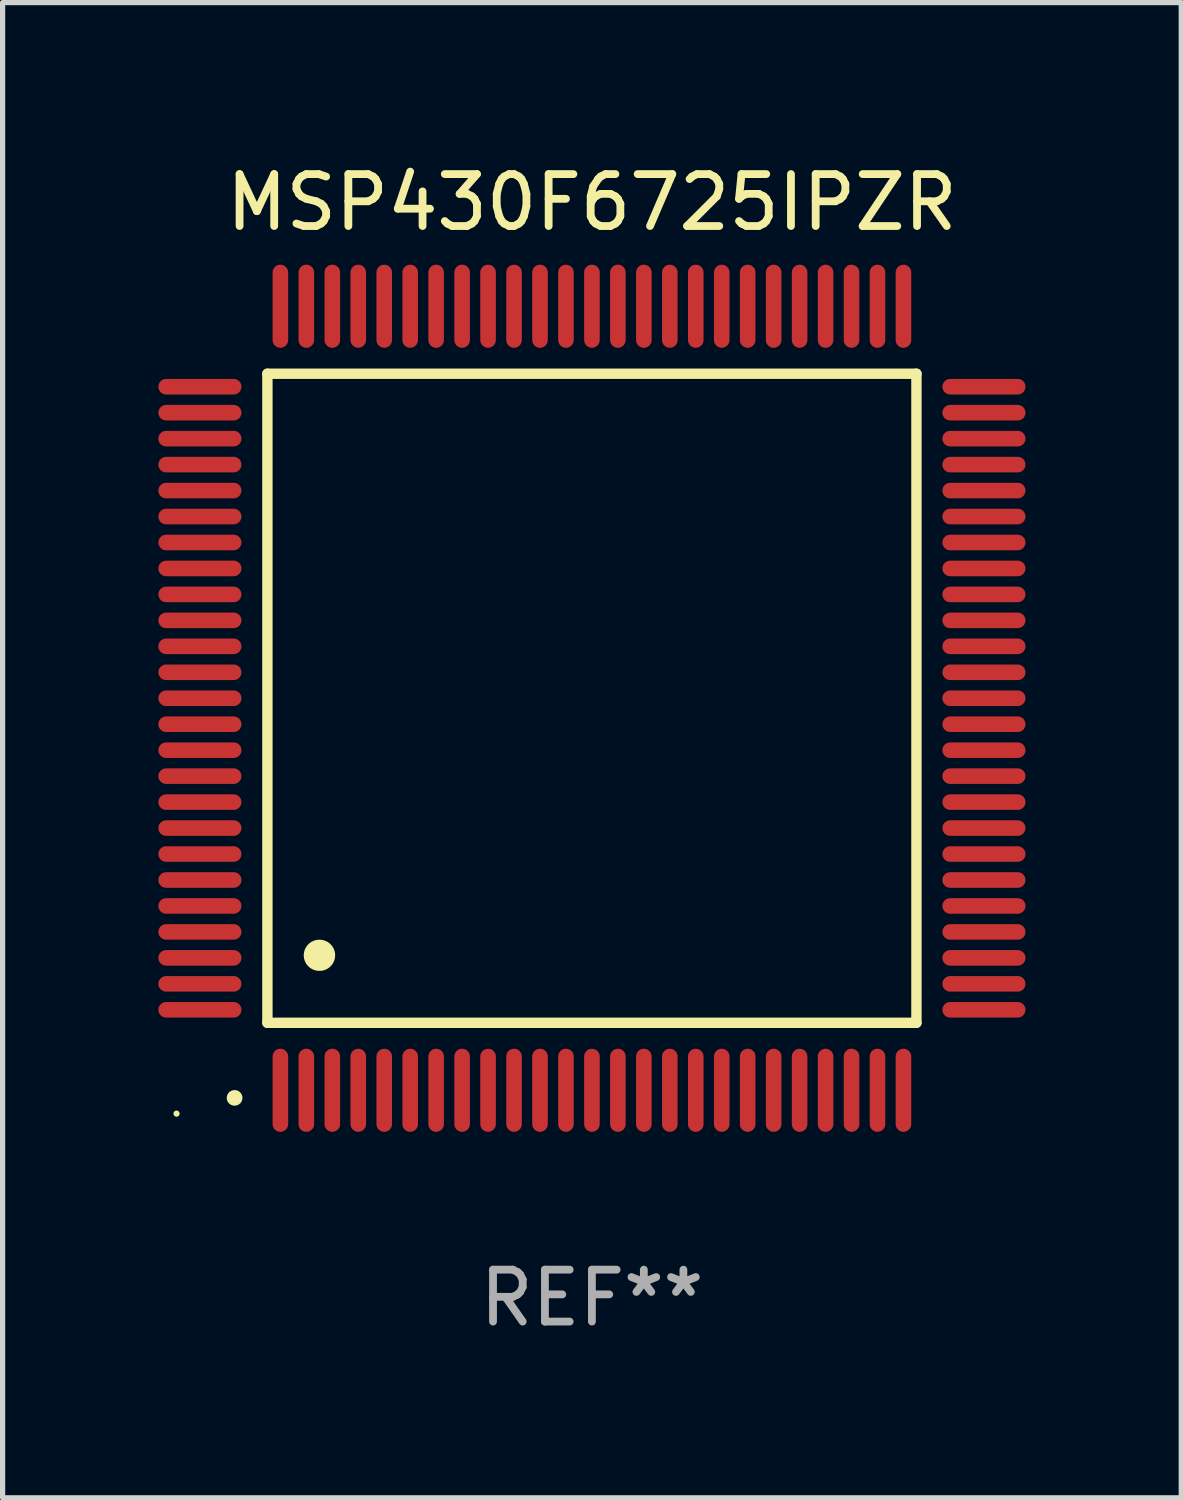
<source format=kicad_pcb>
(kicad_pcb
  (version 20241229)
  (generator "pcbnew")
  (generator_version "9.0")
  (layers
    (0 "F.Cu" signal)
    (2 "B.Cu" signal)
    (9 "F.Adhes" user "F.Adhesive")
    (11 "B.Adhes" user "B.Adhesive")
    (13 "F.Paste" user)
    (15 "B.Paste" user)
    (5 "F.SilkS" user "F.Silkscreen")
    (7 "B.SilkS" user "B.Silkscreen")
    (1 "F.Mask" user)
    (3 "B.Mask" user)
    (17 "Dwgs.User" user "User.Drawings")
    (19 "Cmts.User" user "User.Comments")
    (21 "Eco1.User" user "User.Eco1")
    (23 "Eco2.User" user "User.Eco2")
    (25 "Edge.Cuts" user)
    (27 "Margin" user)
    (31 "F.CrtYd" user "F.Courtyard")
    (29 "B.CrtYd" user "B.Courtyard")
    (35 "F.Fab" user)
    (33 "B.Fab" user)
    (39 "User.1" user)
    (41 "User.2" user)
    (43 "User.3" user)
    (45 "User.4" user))
  (footprint "MSP430F6725IPZR"
    (layer "F.Cu")
    (at 8.35 10.398)
    (property "Reference" "MSP430F6725IPZR" (at 0 -9.55 0) (layer "F.SilkS") (effects (font (size 1 1) (thickness 0.15))))
    (attr through_hole)
    (fp_line (start -6.25 -6.25) (end -6.25 6.25) (stroke (width 0.2) (type solid)) (layer "F.SilkS"))
    (fp_line (start -6.25 6.25) (end 6.25 6.25) (stroke (width 0.2) (type solid)) (layer "F.SilkS"))
    (fp_line (start 6.25 -6.25) (end -6.25 -6.25) (stroke (width 0.2) (type solid)) (layer "F.SilkS"))
    (fp_line (start 6.25 6.25) (end 6.25 -6.25) (stroke (width 0.2) (type solid)) (layer "F.SilkS"))
    (fp_arc (start -6.883414 7.696215) (mid -6.882144 7.69621) (end -6.880874 7.696215) (stroke (width 0.3) (type solid)) (layer "F.SilkS"))
    (fp_arc (start -5.250191 4.95047) (mid -5.247651 4.950459) (end -5.245111 4.95047) (stroke (width 0.6) (type solid)) (layer "F.SilkS"))
    (fp_circle (center -8 8) (end -7.97 8) (stroke (width 0.06) (type solid)) (fill no) (layer "F.SilkS"))
    (fp_text user "REF**" (at 0 11.55 0) (layer "F.Fab") (effects (font (size 1 1) (thickness 0.15))))
    (pad "1" smd oval (at -6 7.55) (size 0.3 1.6) (layers "F.Cu" "F.Mask" "F.Paste"))
    (pad "2" smd oval (at -5.5 7.55) (size 0.3 1.6) (layers "F.Cu" "F.Mask" "F.Paste"))
    (pad "3" smd oval (at -5 7.55) (size 0.3 1.6) (layers "F.Cu" "F.Mask" "F.Paste"))
    (pad "4" smd oval (at -4.5 7.55) (size 0.3 1.6) (layers "F.Cu" "F.Mask" "F.Paste"))
    (pad "5" smd oval (at -4 7.55) (size 0.3 1.6) (layers "F.Cu" "F.Mask" "F.Paste"))
    (pad "6" smd oval (at -3.5 7.55) (size 0.3 1.6) (layers "F.Cu" "F.Mask" "F.Paste"))
    (pad "7" smd oval (at -3 7.55) (size 0.3 1.6) (layers "F.Cu" "F.Mask" "F.Paste"))
    (pad "8" smd oval (at -2.5 7.55) (size 0.3 1.6) (layers "F.Cu" "F.Mask" "F.Paste"))
    (pad "9" smd oval (at -2 7.55) (size 0.3 1.6) (layers "F.Cu" "F.Mask" "F.Paste"))
    (pad "10" smd oval (at -1.5 7.55) (size 0.3 1.6) (layers "F.Cu" "F.Mask" "F.Paste"))
    (pad "11" smd oval (at -1 7.55) (size 0.3 1.6) (layers "F.Cu" "F.Mask" "F.Paste"))
    (pad "12" smd oval (at -0.5 7.55) (size 0.3 1.6) (layers "F.Cu" "F.Mask" "F.Paste"))
    (pad "13" smd oval (at 0 7.55) (size 0.3 1.6) (layers "F.Cu" "F.Mask" "F.Paste"))
    (pad "14" smd oval (at 0.5 7.55) (size 0.3 1.6) (layers "F.Cu" "F.Mask" "F.Paste"))
    (pad "15" smd oval (at 1 7.55) (size 0.3 1.6) (layers "F.Cu" "F.Mask" "F.Paste"))
    (pad "16" smd oval (at 1.5 7.55) (size 0.3 1.6) (layers "F.Cu" "F.Mask" "F.Paste"))
    (pad "17" smd oval (at 2 7.55) (size 0.3 1.6) (layers "F.Cu" "F.Mask" "F.Paste"))
    (pad "18" smd oval (at 2.5 7.55) (size 0.3 1.6) (layers "F.Cu" "F.Mask" "F.Paste"))
    (pad "19" smd oval (at 3 7.55) (size 0.3 1.6) (layers "F.Cu" "F.Mask" "F.Paste"))
    (pad "20" smd oval (at 3.5 7.55) (size 0.3 1.6) (layers "F.Cu" "F.Mask" "F.Paste"))
    (pad "21" smd oval (at 4 7.55) (size 0.3 1.6) (layers "F.Cu" "F.Mask" "F.Paste"))
    (pad "22" smd oval (at 4.5 7.55) (size 0.3 1.6) (layers "F.Cu" "F.Mask" "F.Paste"))
    (pad "23" smd oval (at 5 7.55) (size 0.3 1.6) (layers "F.Cu" "F.Mask" "F.Paste"))
    (pad "24" smd oval (at 5.5 7.55) (size 0.3 1.6) (layers "F.Cu" "F.Mask" "F.Paste"))
    (pad "25" smd oval (at 6 7.55) (size 0.3 1.6) (layers "F.Cu" "F.Mask" "F.Paste"))
    (pad "26" smd oval (at 7.55 6) (size 1.6 0.3) (layers "F.Cu" "F.Mask" "F.Paste"))
    (pad "27" smd oval (at 7.55 5.5) (size 1.6 0.3) (layers "F.Cu" "F.Mask" "F.Paste"))
    (pad "28" smd oval (at 7.55 5) (size 1.6 0.3) (layers "F.Cu" "F.Mask" "F.Paste"))
    (pad "29" smd oval (at 7.55 4.5) (size 1.6 0.3) (layers "F.Cu" "F.Mask" "F.Paste"))
    (pad "30" smd oval (at 7.55 4) (size 1.6 0.3) (layers "F.Cu" "F.Mask" "F.Paste"))
    (pad "31" smd oval (at 7.55 3.5) (size 1.6 0.3) (layers "F.Cu" "F.Mask" "F.Paste"))
    (pad "32" smd oval (at 7.55 3) (size 1.6 0.3) (layers "F.Cu" "F.Mask" "F.Paste"))
    (pad "33" smd oval (at 7.55 2.5) (size 1.6 0.3) (layers "F.Cu" "F.Mask" "F.Paste"))
    (pad "34" smd oval (at 7.55 2) (size 1.6 0.3) (layers "F.Cu" "F.Mask" "F.Paste"))
    (pad "35" smd oval (at 7.55 1.5) (size 1.6 0.3) (layers "F.Cu" "F.Mask" "F.Paste"))
    (pad "36" smd oval (at 7.55 1) (size 1.6 0.3) (layers "F.Cu" "F.Mask" "F.Paste"))
    (pad "37" smd oval (at 7.55 0.5) (size 1.6 0.3) (layers "F.Cu" "F.Mask" "F.Paste"))
    (pad "38" smd oval (at 7.55 0) (size 1.6 0.3) (layers "F.Cu" "F.Mask" "F.Paste"))
    (pad "39" smd oval (at 7.55 -0.5) (size 1.6 0.3) (layers "F.Cu" "F.Mask" "F.Paste"))
    (pad "40" smd oval (at 7.55 -1) (size 1.6 0.3) (layers "F.Cu" "F.Mask" "F.Paste"))
    (pad "41" smd oval (at 7.55 -1.5) (size 1.6 0.3) (layers "F.Cu" "F.Mask" "F.Paste"))
    (pad "42" smd oval (at 7.55 -2) (size 1.6 0.3) (layers "F.Cu" "F.Mask" "F.Paste"))
    (pad "43" smd oval (at 7.55 -2.5) (size 1.6 0.3) (layers "F.Cu" "F.Mask" "F.Paste"))
    (pad "44" smd oval (at 7.55 -3) (size 1.6 0.3) (layers "F.Cu" "F.Mask" "F.Paste"))
    (pad "45" smd oval (at 7.55 -3.5) (size 1.6 0.3) (layers "F.Cu" "F.Mask" "F.Paste"))
    (pad "46" smd oval (at 7.55 -4) (size 1.6 0.3) (layers "F.Cu" "F.Mask" "F.Paste"))
    (pad "47" smd oval (at 7.55 -4.5) (size 1.6 0.3) (layers "F.Cu" "F.Mask" "F.Paste"))
    (pad "48" smd oval (at 7.55 -5) (size 1.6 0.3) (layers "F.Cu" "F.Mask" "F.Paste"))
    (pad "49" smd oval (at 7.55 -5.5) (size 1.6 0.3) (layers "F.Cu" "F.Mask" "F.Paste"))
    (pad "50" smd oval (at 7.55 -6) (size 1.6 0.3) (layers "F.Cu" "F.Mask" "F.Paste"))
    (pad "51" smd oval (at 6 -7.55) (size 0.3 1.6) (layers "F.Cu" "F.Mask" "F.Paste"))
    (pad "52" smd oval (at 5.5 -7.55) (size 0.3 1.6) (layers "F.Cu" "F.Mask" "F.Paste"))
    (pad "53" smd oval (at 5 -7.55) (size 0.3 1.6) (layers "F.Cu" "F.Mask" "F.Paste"))
    (pad "54" smd oval (at 4.5 -7.55) (size 0.3 1.6) (layers "F.Cu" "F.Mask" "F.Paste"))
    (pad "55" smd oval (at 4 -7.55) (size 0.3 1.6) (layers "F.Cu" "F.Mask" "F.Paste"))
    (pad "56" smd oval (at 3.5 -7.55) (size 0.3 1.6) (layers "F.Cu" "F.Mask" "F.Paste"))
    (pad "57" smd oval (at 3 -7.55) (size 0.3 1.6) (layers "F.Cu" "F.Mask" "F.Paste"))
    (pad "58" smd oval (at 2.5 -7.55) (size 0.3 1.6) (layers "F.Cu" "F.Mask" "F.Paste"))
    (pad "59" smd oval (at 2 -7.55) (size 0.3 1.6) (layers "F.Cu" "F.Mask" "F.Paste"))
    (pad "60" smd oval (at 1.5 -7.55) (size 0.3 1.6) (layers "F.Cu" "F.Mask" "F.Paste"))
    (pad "61" smd oval (at 1 -7.55) (size 0.3 1.6) (layers "F.Cu" "F.Mask" "F.Paste"))
    (pad "62" smd oval (at 0.5 -7.55) (size 0.3 1.6) (layers "F.Cu" "F.Mask" "F.Paste"))
    (pad "63" smd oval (at 0 -7.55) (size 0.3 1.6) (layers "F.Cu" "F.Mask" "F.Paste"))
    (pad "64" smd oval (at -0.5 -7.55) (size 0.3 1.6) (layers "F.Cu" "F.Mask" "F.Paste"))
    (pad "65" smd oval (at -1 -7.55) (size 0.3 1.6) (layers "F.Cu" "F.Mask" "F.Paste"))
    (pad "66" smd oval (at -1.5 -7.55) (size 0.3 1.6) (layers "F.Cu" "F.Mask" "F.Paste"))
    (pad "67" smd oval (at -2 -7.55) (size 0.3 1.6) (layers "F.Cu" "F.Mask" "F.Paste"))
    (pad "68" smd oval (at -2.5 -7.55) (size 0.3 1.6) (layers "F.Cu" "F.Mask" "F.Paste"))
    (pad "69" smd oval (at -3 -7.55) (size 0.3 1.6) (layers "F.Cu" "F.Mask" "F.Paste"))
    (pad "70" smd oval (at -3.5 -7.55) (size 0.3 1.6) (layers "F.Cu" "F.Mask" "F.Paste"))
    (pad "71" smd oval (at -4 -7.55) (size 0.3 1.6) (layers "F.Cu" "F.Mask" "F.Paste"))
    (pad "72" smd oval (at -4.5 -7.55) (size 0.3 1.6) (layers "F.Cu" "F.Mask" "F.Paste"))
    (pad "73" smd oval (at -5 -7.55) (size 0.3 1.6) (layers "F.Cu" "F.Mask" "F.Paste"))
    (pad "74" smd oval (at -5.5 -7.55) (size 0.3 1.6) (layers "F.Cu" "F.Mask" "F.Paste"))
    (pad "75" smd oval (at -6 -7.55) (size 0.3 1.6) (layers "F.Cu" "F.Mask" "F.Paste"))
    (pad "76" smd oval (at -7.55 -6) (size 1.6 0.3) (layers "F.Cu" "F.Mask" "F.Paste"))
    (pad "77" smd oval (at -7.55 -5.5) (size 1.6 0.3) (layers "F.Cu" "F.Mask" "F.Paste"))
    (pad "78" smd oval (at -7.55 -5) (size 1.6 0.3) (layers "F.Cu" "F.Mask" "F.Paste"))
    (pad "79" smd oval (at -7.55 -4.5) (size 1.6 0.3) (layers "F.Cu" "F.Mask" "F.Paste"))
    (pad "80" smd oval (at -7.55 -4) (size 1.6 0.3) (layers "F.Cu" "F.Mask" "F.Paste"))
    (pad "81" smd oval (at -7.55 -3.5) (size 1.6 0.3) (layers "F.Cu" "F.Mask" "F.Paste"))
    (pad "82" smd oval (at -7.55 -3) (size 1.6 0.3) (layers "F.Cu" "F.Mask" "F.Paste"))
    (pad "83" smd oval (at -7.55 -2.5) (size 1.6 0.3) (layers "F.Cu" "F.Mask" "F.Paste"))
    (pad "84" smd oval (at -7.55 -2) (size 1.6 0.3) (layers "F.Cu" "F.Mask" "F.Paste"))
    (pad "85" smd oval (at -7.55 -1.5) (size 1.6 0.3) (layers "F.Cu" "F.Mask" "F.Paste"))
    (pad "86" smd oval (at -7.55 -1) (size 1.6 0.3) (layers "F.Cu" "F.Mask" "F.Paste"))
    (pad "87" smd oval (at -7.55 -0.5) (size 1.6 0.3) (layers "F.Cu" "F.Mask" "F.Paste"))
    (pad "88" smd oval (at -7.55 0) (size 1.6 0.3) (layers "F.Cu" "F.Mask" "F.Paste"))
    (pad "89" smd oval (at -7.55 0.5) (size 1.6 0.3) (layers "F.Cu" "F.Mask" "F.Paste"))
    (pad "90" smd oval (at -7.55 1) (size 1.6 0.3) (layers "F.Cu" "F.Mask" "F.Paste"))
    (pad "91" smd oval (at -7.55 1.5) (size 1.6 0.3) (layers "F.Cu" "F.Mask" "F.Paste"))
    (pad "92" smd oval (at -7.55 2) (size 1.6 0.3) (layers "F.Cu" "F.Mask" "F.Paste"))
    (pad "93" smd oval (at -7.55 2.5) (size 1.6 0.3) (layers "F.Cu" "F.Mask" "F.Paste"))
    (pad "94" smd oval (at -7.55 3) (size 1.6 0.3) (layers "F.Cu" "F.Mask" "F.Paste"))
    (pad "95" smd oval (at -7.55 3.5) (size 1.6 0.3) (layers "F.Cu" "F.Mask" "F.Paste"))
    (pad "96" smd oval (at -7.55 4) (size 1.6 0.3) (layers "F.Cu" "F.Mask" "F.Paste"))
    (pad "97" smd oval (at -7.55 4.5) (size 1.6 0.3) (layers "F.Cu" "F.Mask" "F.Paste"))
    (pad "98" smd oval (at -7.55 5) (size 1.6 0.3) (layers "F.Cu" "F.Mask" "F.Paste"))
    (pad "99" smd oval (at -7.55 5.5) (size 1.6 0.3) (layers "F.Cu" "F.Mask" "F.Paste"))
    (pad "100" smd oval (at -7.55 6) (size 1.6 0.3) (layers "F.Cu" "F.Mask" "F.Paste")))
  (gr_rect
    (start -3 -3)
    (end 19.7 25.796)
    (stroke (width 0.1) (type default))
    (fill no)
    (layer "Edge.Cuts")))
</source>
